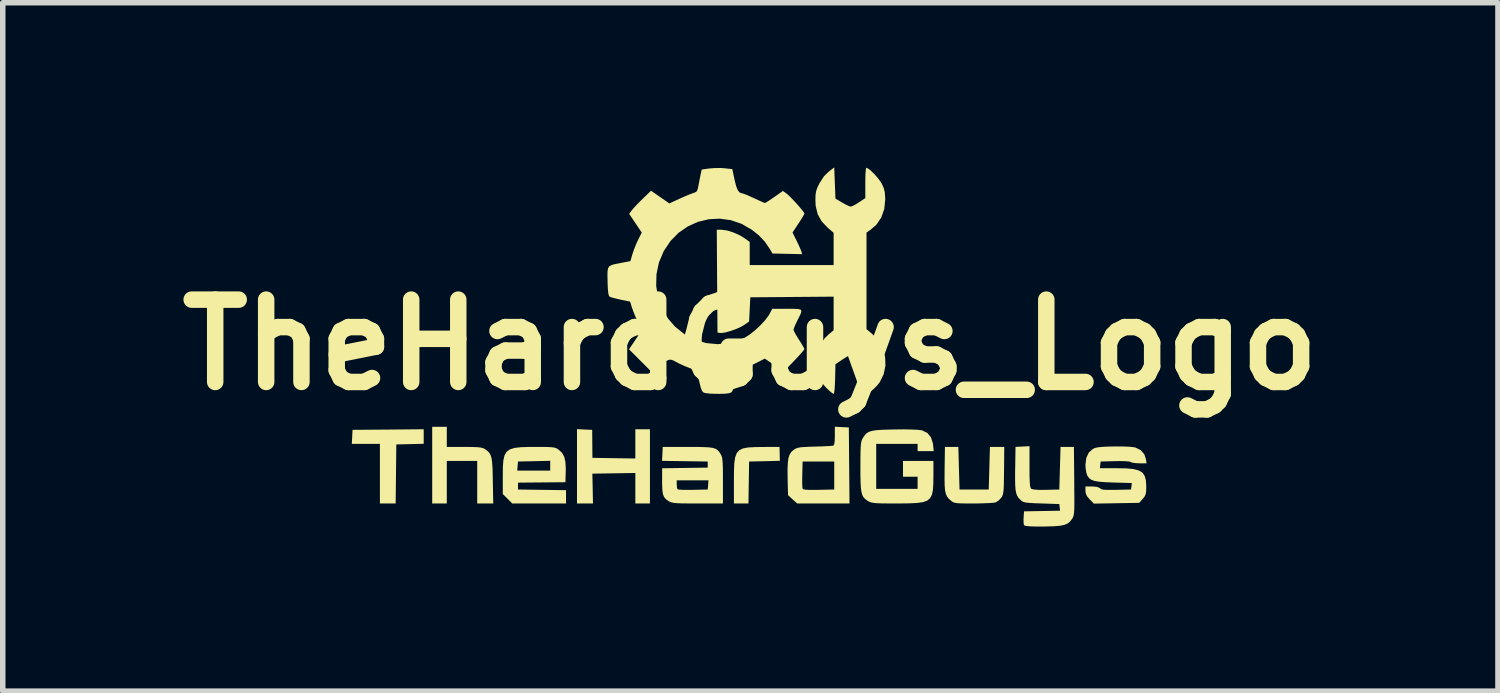
<source format=kicad_pcb>
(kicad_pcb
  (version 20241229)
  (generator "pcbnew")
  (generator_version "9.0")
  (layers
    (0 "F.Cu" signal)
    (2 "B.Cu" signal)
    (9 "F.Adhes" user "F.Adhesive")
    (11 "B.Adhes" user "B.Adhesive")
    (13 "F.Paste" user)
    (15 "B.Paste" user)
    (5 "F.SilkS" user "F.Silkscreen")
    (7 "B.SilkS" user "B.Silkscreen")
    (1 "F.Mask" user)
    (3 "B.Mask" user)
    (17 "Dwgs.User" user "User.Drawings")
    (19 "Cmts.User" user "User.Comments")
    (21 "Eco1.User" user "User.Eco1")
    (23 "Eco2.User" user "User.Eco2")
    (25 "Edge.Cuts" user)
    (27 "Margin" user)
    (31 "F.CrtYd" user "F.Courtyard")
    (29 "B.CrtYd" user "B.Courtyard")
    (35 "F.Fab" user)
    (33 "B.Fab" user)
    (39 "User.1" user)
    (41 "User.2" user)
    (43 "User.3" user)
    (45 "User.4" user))
  (footprint "TheHardGuys_Logo"
    (layer "F.Cu")
    (at 10.621 3.231)
    (property "Reference" "TheHardGuys_Logo" (at 0 0 0) (layer "F.SilkS") (effects (font (size 1.5 1.5) (thickness 0.3))))
    (attr board_only exclude_from_pos_files exclude_from_bom)
    (fp_poly (pts (xy -5.951 1.672) (xy -5.951 1.805) (xy -6.2 1.811) (xy -6.45 1.817) (xy -6.456 2.355) (xy -6.462 2.892) (xy -6.605 2.892) (xy -6.749 2.892) (xy -6.749 2.349) (xy -6.749 1.806) (xy -7.005 1.806) (xy -7.261 1.806) (xy -7.254 1.679) (xy -7.248 1.551) (xy -6.599 1.546) (xy -5.951 1.54)) (stroke (width 0) (type solid)) (fill yes) (layer "F.SilkS"))
    (fp_poly (pts (xy 0.535 1.989) (xy 0.538 2.115) (xy 0.258 2.122) (xy -0.022 2.128) (xy -0.028 2.51) (xy -0.034 2.892) (xy -0.167 2.892) (xy -0.299 2.892) (xy -0.299 2.481) (xy -0.298 2.3) (xy -0.292 2.159) (xy -0.276 2.051) (xy -0.247 1.974) (xy -0.201 1.922) (xy -0.133 1.889) (xy -0.04 1.872) (xy 0.083 1.865) (xy 0.222 1.863) (xy 0.532 1.862)) (stroke (width 0) (type solid)) (fill yes) (layer "F.SilkS"))
    (fp_poly (pts (xy -3.02 1.545) (xy -2.881 1.551) (xy -2.879 1.806) (xy -2.877 2.061) (xy -2.486 2.067) (xy -2.095 2.073) (xy -2.095 1.807) (xy -2.095 1.54) (xy -1.962 1.54) (xy -1.829 1.54) (xy -1.829 2.216) (xy -1.829 2.892) (xy -1.962 2.892) (xy -2.095 2.892) (xy -2.095 2.615) (xy -2.095 2.337) (xy -2.486 2.343) (xy -2.878 2.349) (xy -2.872 2.621) (xy -2.867 2.892) (xy -3.013 2.892) (xy -3.158 2.892) (xy -3.158 2.215) (xy -3.158 1.538)) (stroke (width 0) (type solid)) (fill yes) (layer "F.SilkS"))
    (fp_poly (pts (xy -5.53 1.679) (xy -5.53 1.862) (xy -5.213 1.862) (xy -5.083 1.863) (xy -4.988 1.866) (xy -4.922 1.872) (xy -4.877 1.882) (xy -4.844 1.896) (xy -4.837 1.901) (xy -4.792 1.933) (xy -4.757 1.967) (xy -4.733 2.009) (xy -4.715 2.066) (xy -4.704 2.144) (xy -4.697 2.251) (xy -4.693 2.392) (xy -4.692 2.476) (xy -4.684 2.892) (xy -4.83 2.892) (xy -4.976 2.892) (xy -4.976 2.505) (xy -4.976 2.117) (xy -5.253 2.117) (xy -5.53 2.117) (xy -5.53 2.505) (xy -5.53 2.892) (xy -5.663 2.892) (xy -5.796 2.892) (xy -5.796 2.194) (xy -5.796 1.496) (xy -5.663 1.496) (xy -5.53 1.496)) (stroke (width 0) (type solid)) (fill yes) (layer "F.SilkS"))
    (fp_poly (pts (xy 3.801 2.25) (xy 3.812 2.638) (xy 4.078 2.638) (xy 4.344 2.638) (xy 4.355 2.25) (xy 4.366 1.862) (xy 4.496 1.862) (xy 4.627 1.862) (xy 4.623 2.292) (xy 4.621 2.442) (xy 4.619 2.555) (xy 4.615 2.636) (xy 4.609 2.694) (xy 4.6 2.734) (xy 4.588 2.763) (xy 4.573 2.787) (xy 4.526 2.837) (xy 4.475 2.871) (xy 4.473 2.872) (xy 4.433 2.879) (xy 4.357 2.885) (xy 4.255 2.889) (xy 4.136 2.892) (xy 4.067 2.892) (xy 3.935 2.892) (xy 3.839 2.891) (xy 3.772 2.887) (xy 3.727 2.88) (xy 3.695 2.869) (xy 3.669 2.852) (xy 3.651 2.837) (xy 3.611 2.801) (xy 3.582 2.762) (xy 3.562 2.714) (xy 3.548 2.651) (xy 3.541 2.564) (xy 3.539 2.449) (xy 3.54 2.297) (xy 3.54 2.26) (xy 3.546 1.862) (xy 3.668 1.862) (xy 3.79 1.862)) (stroke (width 0) (type solid)) (fill yes) (layer "F.SilkS"))
    (fp_poly (pts (xy -3.784 1.862) (xy -3.685 1.864) (xy -3.615 1.868) (xy -3.567 1.875) (xy -3.533 1.886) (xy -3.506 1.902) (xy -3.498 1.908) (xy -3.433 1.967) (xy -3.391 2.04) (xy -3.369 2.134) (xy -3.362 2.259) (xy -3.363 2.305) (xy -3.369 2.505) (xy -3.801 2.509) (xy -4.233 2.513) (xy -4.233 2.575) (xy -4.233 2.638) (xy -3.796 2.644) (xy -3.358 2.65) (xy -3.358 2.771) (xy -3.358 2.892) (xy -3.848 2.892) (xy -4.338 2.892) (xy -4.424 2.806) (xy -4.51 2.72) (xy -4.51 2.393) (xy -4.509 2.294) (xy -4.247 2.294) (xy -3.947 2.294) (xy -3.646 2.294) (xy -3.646 2.205) (xy -3.646 2.115) (xy -3.94 2.122) (xy -4.233 2.128) (xy -4.24 2.211) (xy -4.247 2.294) (xy -4.509 2.294) (xy -4.509 2.234) (xy -4.5 2.11) (xy -4.479 2.017) (xy -4.441 1.951) (xy -4.381 1.907) (xy -4.295 1.88) (xy -4.177 1.867) (xy -4.022 1.862) (xy -3.919 1.862)) (stroke (width 0) (type solid)) (fill yes) (layer "F.SilkS"))
    (fp_poly (pts (xy 1.668 1.501) (xy 1.795 1.507) (xy 1.801 2.2) (xy 1.807 2.892) (xy 1.33 2.892) (xy 0.853 2.892) (xy 0.77 2.817) (xy 0.687 2.741) (xy 0.68 2.458) (xy 0.945 2.458) (xy 0.946 2.542) (xy 0.949 2.601) (xy 0.952 2.62) (xy 0.966 2.633) (xy 1.003 2.641) (xy 1.067 2.645) (xy 1.166 2.645) (xy 1.246 2.644) (xy 1.529 2.638) (xy 1.529 2.383) (xy 1.529 2.128) (xy 1.241 2.128) (xy 0.953 2.128) (xy 0.947 2.359) (xy 0.945 2.458) (xy 0.68 2.458) (xy 0.68 2.434) (xy 0.678 2.277) (xy 0.683 2.156) (xy 0.695 2.066) (xy 0.716 2.001) (xy 0.748 1.952) (xy 0.791 1.914) (xy 0.823 1.894) (xy 0.86 1.88) (xy 0.909 1.87) (xy 0.979 1.864) (xy 1.079 1.859) (xy 1.173 1.856) (xy 1.288 1.853) (xy 1.388 1.848) (xy 1.464 1.844) (xy 1.507 1.84) (xy 1.513 1.839) (xy 1.529 1.813) (xy 1.538 1.748) (xy 1.54 1.662) (xy 1.54 1.494)) (stroke (width 0) (type solid)) (fill yes) (layer "F.SilkS"))
    (fp_poly (pts (xy -0.976 1.862) (xy -0.848 1.865) (xy -0.752 1.87) (xy -0.683 1.88) (xy -0.633 1.896) (xy -0.597 1.919) (xy -0.568 1.951) (xy -0.542 1.991) (xy -0.527 2.02) (xy -0.515 2.054) (xy -0.508 2.1) (xy -0.503 2.166) (xy -0.5 2.258) (xy -0.499 2.383) (xy -0.499 2.477) (xy -0.499 2.892) (xy -0.959 2.892) (xy -1.115 2.892) (xy -1.234 2.891) (xy -1.321 2.888) (xy -1.383 2.883) (xy -1.428 2.875) (xy -1.46 2.864) (xy -1.488 2.85) (xy -1.489 2.849) (xy -1.538 2.815) (xy -1.571 2.775) (xy -1.592 2.722) (xy -1.603 2.645) (xy -1.606 2.545) (xy -1.341 2.545) (xy -1.337 2.6) (xy -1.326 2.633) (xy -1.326 2.634) (xy -1.299 2.64) (xy -1.236 2.644) (xy -1.149 2.645) (xy -1.044 2.644) (xy -1.043 2.644) (xy -0.776 2.638) (xy -0.769 2.554) (xy -0.762 2.471) (xy -1.051 2.471) (xy -1.341 2.471) (xy -1.341 2.545) (xy -1.606 2.545) (xy -1.607 2.537) (xy -1.607 2.484) (xy -1.607 2.251) (xy -1.191 2.245) (xy -0.776 2.239) (xy -0.776 2.183) (xy -0.776 2.128) (xy -1.192 2.122) (xy -1.609 2.116) (xy -1.602 1.989) (xy -1.596 1.862) (xy -1.141 1.862)) (stroke (width 0) (type solid)) (fill yes) (layer "F.SilkS"))
    (fp_poly (pts (xy 5.087 2.224) (xy 5.087 2.369) (xy 5.09 2.476) (xy 5.095 2.549) (xy 5.103 2.596) (xy 5.114 2.621) (xy 5.118 2.624) (xy 5.159 2.637) (xy 5.242 2.644) (xy 5.367 2.644) (xy 5.389 2.644) (xy 5.63 2.638) (xy 5.641 2.25) (xy 5.652 1.862) (xy 5.774 1.862) (xy 5.896 1.862) (xy 5.902 2.484) (xy 5.903 2.666) (xy 5.904 2.81) (xy 5.904 2.92) (xy 5.902 3.002) (xy 5.898 3.061) (xy 5.892 3.103) (xy 5.884 3.133) (xy 5.873 3.157) (xy 5.858 3.18) (xy 5.856 3.182) (xy 5.82 3.227) (xy 5.775 3.261) (xy 5.715 3.284) (xy 5.634 3.3) (xy 5.524 3.308) (xy 5.378 3.312) (xy 5.324 3.312) (xy 5.191 3.312) (xy 5.097 3.309) (xy 5.035 3.304) (xy 5 3.296) (xy 4.985 3.284) (xy 4.985 3.283) (xy 4.979 3.244) (xy 4.978 3.179) (xy 4.98 3.144) (xy 4.987 3.036) (xy 5.315 3.03) (xy 5.644 3.024) (xy 5.637 2.964) (xy 5.63 2.903) (xy 5.304 2.892) (xy 5.177 2.888) (xy 5.086 2.882) (xy 5.023 2.876) (xy 4.981 2.866) (xy 4.952 2.852) (xy 4.927 2.832) (xy 4.924 2.829) (xy 4.888 2.792) (xy 4.862 2.752) (xy 4.844 2.703) (xy 4.832 2.637) (xy 4.826 2.548) (xy 4.824 2.429) (xy 4.825 2.273) (xy 4.826 2.26) (xy 4.832 1.862) (xy 4.959 1.855) (xy 5.087 1.848)) (stroke (width 0) (type solid)) (fill yes) (layer "F.SilkS"))
    (fp_poly (pts (xy 2.94 1.545) (xy 3.05 1.55) (xy 3.121 1.559) (xy 3.131 1.561) (xy 3.225 1.607) (xy 3.291 1.687) (xy 3.327 1.798) (xy 3.331 1.831) (xy 3.341 1.939) (xy 3.194 1.939) (xy 3.048 1.939) (xy 3.048 1.873) (xy 3.048 1.806) (xy 2.671 1.806) (xy 2.294 1.806) (xy 2.294 2.216) (xy 2.294 2.626) (xy 2.671 2.626) (xy 3.048 2.626) (xy 3.048 2.516) (xy 3.048 2.405) (xy 2.915 2.405) (xy 2.782 2.405) (xy 2.782 2.261) (xy 2.782 2.117) (xy 3.059 2.117) (xy 3.336 2.117) (xy 3.336 2.396) (xy 3.334 2.537) (xy 3.327 2.648) (xy 3.309 2.733) (xy 3.276 2.796) (xy 3.224 2.84) (xy 3.147 2.868) (xy 3.04 2.883) (xy 2.9 2.89) (xy 2.722 2.892) (xy 2.667 2.892) (xy 2.513 2.892) (xy 2.396 2.891) (xy 2.31 2.888) (xy 2.248 2.882) (xy 2.205 2.874) (xy 2.172 2.863) (xy 2.145 2.849) (xy 2.102 2.819) (xy 2.068 2.787) (xy 2.043 2.745) (xy 2.026 2.688) (xy 2.015 2.61) (xy 2.009 2.505) (xy 2.006 2.366) (xy 2.006 2.223) (xy 2.006 2.069) (xy 2.008 1.952) (xy 2.011 1.866) (xy 2.016 1.805) (xy 2.024 1.761) (xy 2.035 1.729) (xy 2.049 1.702) (xy 2.082 1.653) (xy 2.116 1.616) (xy 2.157 1.589) (xy 2.214 1.57) (xy 2.291 1.558) (xy 2.397 1.55) (xy 2.536 1.546) (xy 2.627 1.544) (xy 2.798 1.542)) (stroke (width 0) (type solid)) (fill yes) (layer "F.SilkS"))
    (fp_poly (pts (xy 6.785 1.854) (xy 6.894 1.858) (xy 6.979 1.866) (xy 7.017 1.873) (xy 7.112 1.92) (xy 7.179 1.997) (xy 7.207 2.08) (xy 7.22 2.161) (xy 7.089 2.161) (xy 7.014 2.157) (xy 6.957 2.148) (xy 6.934 2.138) (xy 6.902 2.128) (xy 6.831 2.122) (xy 6.729 2.12) (xy 6.647 2.121) (xy 6.383 2.128) (xy 6.376 2.189) (xy 6.369 2.25) (xy 6.682 2.25) (xy 6.851 2.253) (xy 6.981 2.265) (xy 7.076 2.29) (xy 7.143 2.329) (xy 7.184 2.387) (xy 7.207 2.466) (xy 7.214 2.57) (xy 7.214 2.594) (xy 7.212 2.677) (xy 7.201 2.732) (xy 7.178 2.775) (xy 7.15 2.809) (xy 7.085 2.881) (xy 6.672 2.888) (xy 6.26 2.895) (xy 6.183 2.818) (xy 6.131 2.756) (xy 6.109 2.698) (xy 6.106 2.662) (xy 6.106 2.582) (xy 6.225 2.582) (xy 6.318 2.59) (xy 6.369 2.612) (xy 6.373 2.616) (xy 6.393 2.631) (xy 6.429 2.64) (xy 6.488 2.645) (xy 6.579 2.645) (xy 6.669 2.644) (xy 6.937 2.638) (xy 6.944 2.579) (xy 6.951 2.52) (xy 6.623 2.511) (xy 6.471 2.505) (xy 6.356 2.496) (xy 6.273 2.482) (xy 6.214 2.461) (xy 6.173 2.431) (xy 6.143 2.39) (xy 6.138 2.379) (xy 6.12 2.323) (xy 6.109 2.244) (xy 6.106 2.188) (xy 6.122 2.061) (xy 6.168 1.963) (xy 6.244 1.897) (xy 6.284 1.88) (xy 6.341 1.868) (xy 6.431 1.86) (xy 6.543 1.855) (xy 6.665 1.853)) (stroke (width 0) (type solid)) (fill yes) (layer "F.SilkS"))
    (fp_poly (pts (xy 1.54 -2.947) (xy 1.551 -2.663) (xy 1.673 -2.59) (xy 1.742 -2.552) (xy 1.799 -2.525) (xy 1.829 -2.516) (xy 1.864 -2.528) (xy 1.922 -2.558) (xy 1.978 -2.594) (xy 2.095 -2.672) (xy 2.095 -2.948) (xy 2.096 -3.053) (xy 2.1 -3.14) (xy 2.106 -3.2) (xy 2.113 -3.225) (xy 2.114 -3.225) (xy 2.15 -3.208) (xy 2.203 -3.165) (xy 2.264 -3.105) (xy 2.324 -3.036) (xy 2.374 -2.969) (xy 2.398 -2.928) (xy 2.432 -2.852) (xy 2.45 -2.776) (xy 2.457 -2.681) (xy 2.458 -2.649) (xy 2.441 -2.474) (xy 2.387 -2.32) (xy 2.299 -2.189) (xy 2.194 -2.097) (xy 2.117 -2.044) (xy 2.117 -1.164) (xy 2.117 -0.284) (xy 2.226 -0.192) (xy 2.337 -0.071) (xy 2.414 0.07) (xy 2.456 0.224) (xy 2.462 0.383) (xy 2.429 0.539) (xy 2.359 0.682) (xy 2.312 0.741) (xy 2.252 0.802) (xy 2.19 0.854) (xy 2.137 0.889) (xy 2.11 0.898) (xy 2.104 0.877) (xy 2.099 0.82) (xy 2.096 0.736) (xy 2.095 0.633) (xy 2.095 0.622) (xy 2.095 0.347) (xy 1.964 0.268) (xy 1.896 0.228) (xy 1.842 0.2) (xy 1.815 0.19) (xy 1.815 0.19) (xy 1.788 0.202) (xy 1.736 0.233) (xy 1.673 0.273) (xy 1.551 0.356) (xy 1.545 0.627) (xy 1.541 0.73) (xy 1.535 0.816) (xy 1.527 0.874) (xy 1.519 0.898) (xy 1.519 0.898) (xy 1.494 0.883) (xy 1.447 0.845) (xy 1.389 0.791) (xy 1.379 0.781) (xy 1.28 0.664) (xy 1.218 0.539) (xy 1.189 0.394) (xy 1.186 0.31) (xy 1.206 0.16) (xy 1.264 0.014) (xy 1.353 -0.116) (xy 1.421 -0.183) (xy 1.518 -0.264) (xy 1.518 -0.57) (xy 1.518 -0.876) (xy 0.759 -0.87) (xy -0.000001 -0.864) (xy -0.011 -0.644) (xy -0.022 -0.423) (xy -0.111 -0.361) (xy -0.183 -0.32) (xy -0.275 -0.28) (xy -0.373 -0.246) (xy -0.463 -0.222) (xy -0.533 -0.213) (xy -0.547 -0.214) (xy -0.598 -0.222) (xy -0.605 -1.158) (xy -0.611 -2.095) (xy -0.522 -2.095) (xy -0.42 -2.081) (xy -0.301 -2.043) (xy -0.183 -1.989) (xy -0.102 -1.938) (xy -0.011 -1.873) (xy -0.011 -1.662) (xy -0.011 -1.452) (xy 0.754 -1.452) (xy 1.518 -1.452) (xy 1.518 -1.745) (xy 1.518 -2.039) (xy 1.41 -2.132) (xy 1.298 -2.25) (xy 1.227 -2.379) (xy 1.191 -2.528) (xy 1.186 -2.629) (xy 1.188 -2.726) (xy 1.199 -2.798) (xy 1.223 -2.867) (xy 1.258 -2.939) (xy 1.343 -3.07) (xy 1.43 -3.155) (xy 1.529 -3.231)) (stroke (width 0) (type solid)) (fill yes) (layer "F.SilkS"))
    (fp_poly (pts (xy -0.471 -3.215) (xy -0.328 -3.2) (xy -0.288 -3.011) (xy -0.26 -2.895) (xy -0.23 -2.818) (xy -0.197 -2.775) (xy -0.157 -2.76) (xy -0.152 -2.759) (xy -0.119 -2.75) (xy -0.056 -2.726) (xy 0.024 -2.69) (xy 0.066 -2.671) (xy 0.149 -2.632) (xy 0.216 -2.602) (xy 0.258 -2.585) (xy 0.267 -2.582) (xy 0.29 -2.594) (xy 0.341 -2.626) (xy 0.408 -2.672) (xy 0.438 -2.692) (xy 0.594 -2.802) (xy 0.654 -2.759) (xy 0.695 -2.725) (xy 0.75 -2.67) (xy 0.813 -2.604) (xy 0.876 -2.534) (xy 0.93 -2.47) (xy 0.97 -2.42) (xy 0.986 -2.392) (xy 0.986 -2.391) (xy 0.975 -2.365) (xy 0.944 -2.312) (xy 0.899 -2.241) (xy 0.877 -2.208) (xy 0.769 -2.045) (xy 0.842 -1.898) (xy 0.88 -1.818) (xy 0.911 -1.748) (xy 0.93 -1.702) (xy 0.93 -1.7) (xy 0.945 -1.65) (xy 0.674 -1.656) (xy 0.403 -1.662) (xy 0.357 -1.742) (xy 0.264 -1.878) (xy 0.153 -1.995) (xy 0.024 -2.097) (xy -0.162 -2.204) (xy -0.358 -2.27) (xy -0.559 -2.297) (xy -0.759 -2.286) (xy -0.954 -2.239) (xy -1.138 -2.156) (xy -1.307 -2.04) (xy -1.454 -1.89) (xy -1.576 -1.709) (xy -1.58 -1.7) (xy -1.666 -1.496) (xy -1.71 -1.284) (xy -1.715 -1.069) (xy -1.68 -0.859) (xy -1.607 -0.659) (xy -1.497 -0.474) (xy -1.374 -0.332) (xy -1.199 -0.191) (xy -1.007 -0.09) (xy -0.804 -0.03) (xy -0.593 -0.01) (xy -0.379 -0.033) (xy -0.167 -0.099) (xy -0.112 -0.123) (xy -0.023 -0.177) (xy 0.077 -0.255) (xy 0.177 -0.347) (xy 0.266 -0.443) (xy 0.332 -0.53) (xy 0.346 -0.554) (xy 0.399 -0.654) (xy 0.672 -0.654) (xy 0.792 -0.654) (xy 0.872 -0.651) (xy 0.917 -0.639) (xy 0.931 -0.612) (xy 0.918 -0.565) (xy 0.883 -0.492) (xy 0.85 -0.427) (xy 0.817 -0.357) (xy 0.794 -0.3) (xy 0.787 -0.272) (xy 0.799 -0.241) (xy 0.829 -0.185) (xy 0.873 -0.112) (xy 0.887 -0.091) (xy 0.933 -0.018) (xy 0.967 0.04) (xy 0.985 0.074) (xy 0.986 0.078) (xy 0.972 0.1) (xy 0.934 0.146) (xy 0.879 0.208) (xy 0.814 0.277) (xy 0.748 0.346) (xy 0.688 0.407) (xy 0.64 0.453) (xy 0.613 0.475) (xy 0.61 0.477) (xy 0.585 0.465) (xy 0.532 0.433) (xy 0.463 0.388) (xy 0.428 0.365) (xy 0.264 0.253) (xy 0.088 0.342) (xy -0.00033 0.385) (xy -0.083 0.42) (xy -0.146 0.442) (xy -0.159 0.445) (xy -0.193 0.453) (xy -0.217 0.464) (xy -0.234 0.489) (xy -0.25 0.533) (xy -0.268 0.607) (xy -0.288 0.701) (xy -0.308 0.787) (xy -0.324 0.838) (xy -0.344 0.866) (xy -0.371 0.879) (xy -0.392 0.884) (xy -0.459 0.892) (xy -0.551 0.895) (xy -0.652 0.894) (xy -0.745 0.89) (xy -0.816 0.881) (xy -0.831 0.878) (xy -0.859 0.866) (xy -0.88 0.841) (xy -0.899 0.795) (xy -0.919 0.718) (xy -0.931 0.667) (xy -0.976 0.471) (xy -1.109 0.423) (xy -1.203 0.386) (xy -1.299 0.342) (xy -1.35 0.315) (xy -1.401 0.287) (xy -1.442 0.273) (xy -1.481 0.274) (xy -1.528 0.294) (xy -1.592 0.335) (xy -1.68 0.396) (xy -1.808 0.486) (xy -2.009 0.285) (xy -2.21 0.083) (xy -2.095 -0.088) (xy -1.979 -0.259) (xy -2.057 -0.429) (xy -2.097 -0.522) (xy -2.134 -0.612) (xy -2.159 -0.683) (xy -2.162 -0.692) (xy -2.19 -0.785) (xy -2.358 -0.82) (xy -2.443 -0.84) (xy -2.514 -0.858) (xy -2.557 -0.872) (xy -2.56 -0.873) (xy -2.576 -0.893) (xy -2.587 -0.935) (xy -2.595 -1.008) (xy -2.6 -1.118) (xy -2.6 -1.122) (xy -2.603 -1.246) (xy -2.602 -1.334) (xy -2.592 -1.393) (xy -2.568 -1.43) (xy -2.526 -1.453) (xy -2.461 -1.47) (xy -2.384 -1.485) (xy -2.185 -1.523) (xy -2.149 -1.648) (xy -2.118 -1.739) (xy -2.077 -1.841) (xy -2.045 -1.909) (xy -1.978 -2.044) (xy -2.093 -2.214) (xy -2.207 -2.384) (xy -2.164 -2.444) (xy -2.129 -2.486) (xy -2.072 -2.548) (xy -2.002 -2.619) (xy -1.965 -2.655) (xy -1.809 -2.806) (xy -1.642 -2.69) (xy -1.476 -2.575) (xy -1.281 -2.664) (xy -1.189 -2.705) (xy -1.107 -2.739) (xy -1.045 -2.762) (xy -1.026 -2.768) (xy -0.983 -2.787) (xy -0.96 -2.829) (xy -0.952 -2.865) (xy -0.938 -2.936) (xy -0.921 -3.024) (xy -0.912 -3.07) (xy -0.886 -3.192) (xy -0.75 -3.211) (xy -0.648 -3.219) (xy -0.535 -3.22)) (stroke (width 0) (type solid)) (fill yes) (layer "F.SilkS")))
  (gr_rect
    (start -3 -3)
    (end 24.243 9.543)
    (stroke (width 0.1) (type default))
    (fill no)
    (layer "Edge.Cuts")))
</source>
